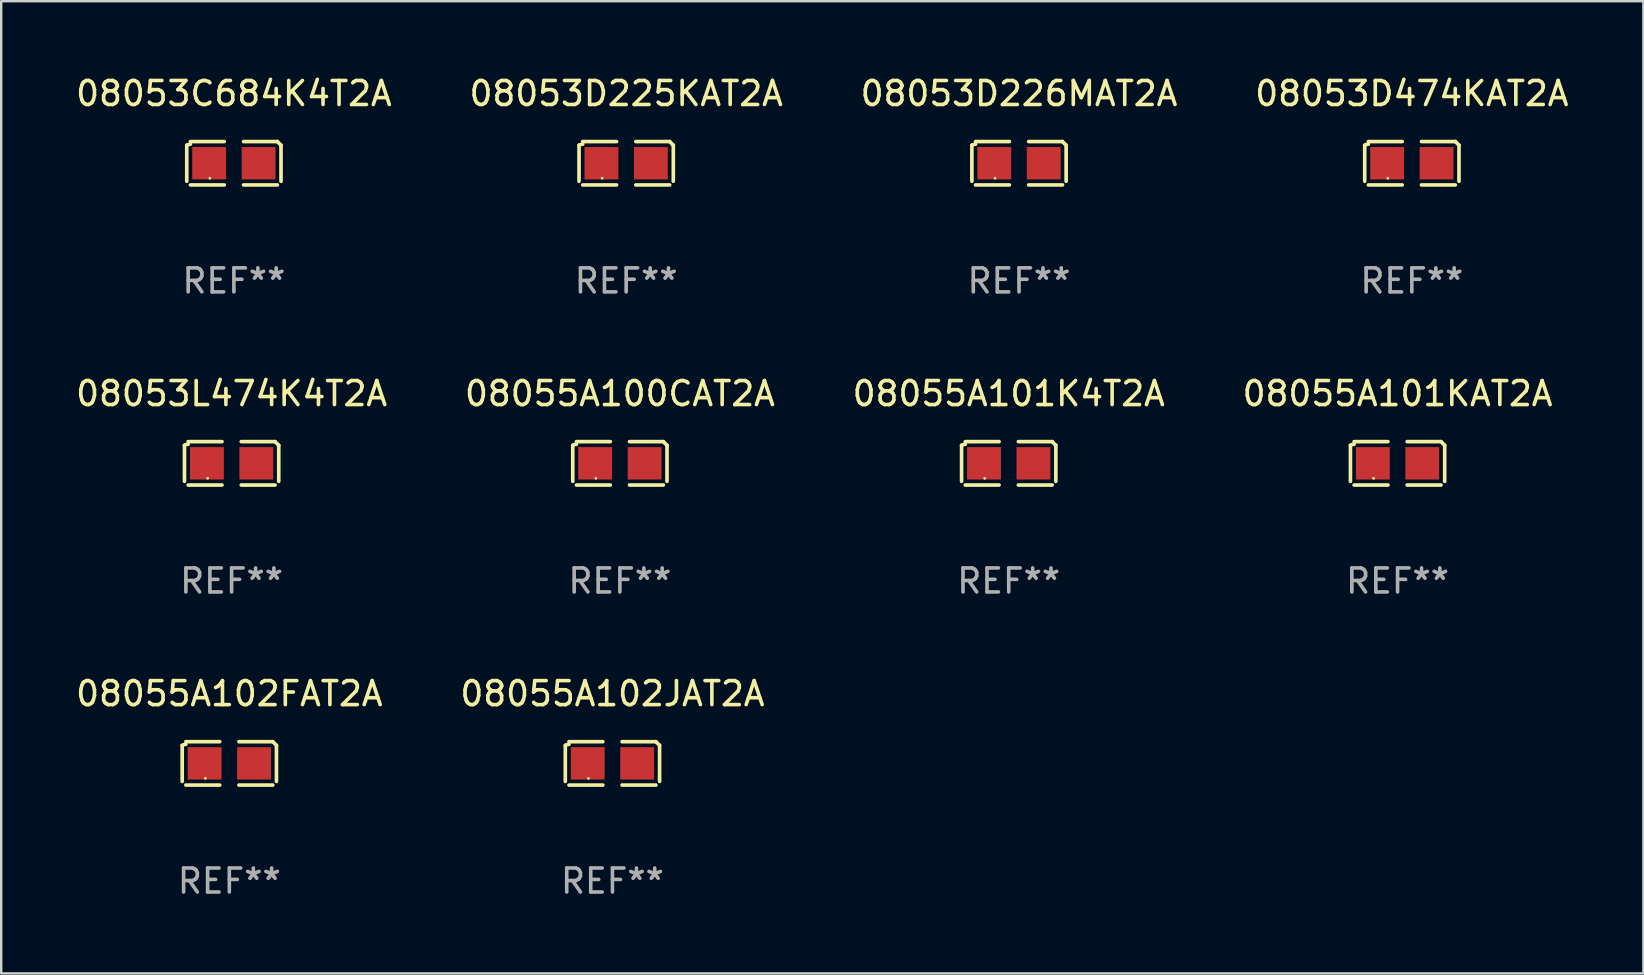
<source format=kicad_pcb>
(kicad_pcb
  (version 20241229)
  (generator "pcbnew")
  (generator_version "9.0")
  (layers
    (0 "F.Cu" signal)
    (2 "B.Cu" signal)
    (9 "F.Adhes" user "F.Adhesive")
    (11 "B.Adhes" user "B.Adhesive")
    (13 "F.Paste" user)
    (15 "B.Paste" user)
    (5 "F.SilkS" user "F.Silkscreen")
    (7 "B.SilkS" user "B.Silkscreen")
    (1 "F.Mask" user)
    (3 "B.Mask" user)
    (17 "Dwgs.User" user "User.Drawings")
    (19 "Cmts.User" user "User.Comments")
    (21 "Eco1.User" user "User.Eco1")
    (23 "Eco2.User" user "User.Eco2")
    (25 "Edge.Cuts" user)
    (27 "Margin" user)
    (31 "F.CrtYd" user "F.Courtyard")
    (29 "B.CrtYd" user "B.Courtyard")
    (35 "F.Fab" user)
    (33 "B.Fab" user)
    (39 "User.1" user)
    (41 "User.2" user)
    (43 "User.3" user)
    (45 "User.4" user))
  (footprint "08053L474K4T2A"
    (layer "F.Cu")
    (at 6.601 16.256)
    (property "Reference" "08053L474K4T2A" (at 0 -2.904 0) (layer "F.SilkS") (effects (font (size 1 1) (thickness 0.15))))
    (attr through_hole)
    (fp_line (start -1.964 0.751) (end -1.964 -0.751) (stroke (width 0.152) (type solid)) (layer "F.SilkS"))
    (fp_line (start -1.811 -0.904) (end -0.401 -0.904) (stroke (width 0.152) (type solid)) (layer "F.SilkS"))
    (fp_line (start -0.401 0.904) (end -1.811 0.904) (stroke (width 0.152) (type solid)) (layer "F.SilkS"))
    (fp_line (start 0.401 0.904) (end 1.811 0.904) (stroke (width 0.152) (type solid)) (layer "F.SilkS"))
    (fp_line (start 1.811 -0.904) (end 0.401 -0.904) (stroke (width 0.152) (type solid)) (layer "F.SilkS"))
    (fp_line (start 1.964 0.751) (end 1.964 -0.751) (stroke (width 0.152) (type solid)) (layer "F.SilkS"))
    (fp_arc (start -1.963602 -0.751207) (mid -1.890354 -0.783131) (end -1.811201 -0.794044) (stroke (width 0.1524) (type solid)) (layer "F.SilkS"))
    (fp_arc (start 1.811202 -0.903607) (mid 1.887413 -0.827418) (end 1.963602 -0.751207) (stroke (width 0.1524) (type solid)) (layer "F.SilkS"))
    (fp_circle (center -1 0.625) (end -0.97 0.625) (stroke (width 0.06) (type solid)) (fill no) (layer "F.SilkS"))
    (fp_text user "REF**" (at 0 4.904 0) (layer "F.Fab") (effects (font (size 1 1) (thickness 0.15))))
    (pad "1" smd rect (at -1.03 0) (size 1.41 1.35) (layers "F.Cu" "F.Mask" "F.Paste"))
    (pad "2" smd rect (at 1.03 0) (size 1.41 1.35) (layers "F.Cu" "F.Mask" "F.Paste")))
  (footprint "08053D225KAT2A"
    (layer "F.Cu")
    (at 23.042 3.752)
    (property "Reference" "08053D225KAT2A" (at 0 -2.904 0) (layer "F.SilkS") (effects (font (size 1 1) (thickness 0.15))))
    (attr through_hole)
    (fp_line (start -1.964 0.751) (end -1.964 -0.751) (stroke (width 0.152) (type solid)) (layer "F.SilkS"))
    (fp_line (start -1.811 -0.904) (end -0.401 -0.904) (stroke (width 0.152) (type solid)) (layer "F.SilkS"))
    (fp_line (start -0.401 0.904) (end -1.811 0.904) (stroke (width 0.152) (type solid)) (layer "F.SilkS"))
    (fp_line (start 0.401 0.904) (end 1.811 0.904) (stroke (width 0.152) (type solid)) (layer "F.SilkS"))
    (fp_line (start 1.811 -0.904) (end 0.401 -0.904) (stroke (width 0.152) (type solid)) (layer "F.SilkS"))
    (fp_line (start 1.964 0.751) (end 1.964 -0.751) (stroke (width 0.152) (type solid)) (layer "F.SilkS"))
    (fp_arc (start -1.963602 -0.751207) (mid -1.890354 -0.783131) (end -1.811201 -0.794044) (stroke (width 0.1524) (type solid)) (layer "F.SilkS"))
    (fp_arc (start 1.811202 -0.903607) (mid 1.887413 -0.827418) (end 1.963602 -0.751207) (stroke (width 0.1524) (type solid)) (layer "F.SilkS"))
    (fp_circle (center -1 0.625) (end -0.97 0.625) (stroke (width 0.06) (type solid)) (fill no) (layer "F.SilkS"))
    (fp_text user "REF**" (at 0 4.904 0) (layer "F.Fab") (effects (font (size 1 1) (thickness 0.15))))
    (pad "1" smd rect (at -1.03 0) (size 1.41 1.35) (layers "F.Cu" "F.Mask" "F.Paste"))
    (pad "2" smd rect (at 1.03 0) (size 1.41 1.35) (layers "F.Cu" "F.Mask" "F.Paste")))
  (footprint "08055A102FAT2A"
    (layer "F.Cu")
    (at 6.506 28.759)
    (property "Reference" "08055A102FAT2A" (at 0 -2.904 0) (layer "F.SilkS") (effects (font (size 1 1) (thickness 0.15))))
    (attr through_hole)
    (fp_line (start -1.964 0.751) (end -1.964 -0.751) (stroke (width 0.152) (type solid)) (layer "F.SilkS"))
    (fp_line (start -1.811 -0.904) (end -0.401 -0.904) (stroke (width 0.152) (type solid)) (layer "F.SilkS"))
    (fp_line (start -0.401 0.904) (end -1.811 0.904) (stroke (width 0.152) (type solid)) (layer "F.SilkS"))
    (fp_line (start 0.401 0.904) (end 1.811 0.904) (stroke (width 0.152) (type solid)) (layer "F.SilkS"))
    (fp_line (start 1.811 -0.904) (end 0.401 -0.904) (stroke (width 0.152) (type solid)) (layer "F.SilkS"))
    (fp_line (start 1.964 0.751) (end 1.964 -0.751) (stroke (width 0.152) (type solid)) (layer "F.SilkS"))
    (fp_arc (start -1.963602 -0.751207) (mid -1.890354 -0.783131) (end -1.811201 -0.794044) (stroke (width 0.1524) (type solid)) (layer "F.SilkS"))
    (fp_arc (start 1.811202 -0.903607) (mid 1.887413 -0.827418) (end 1.963602 -0.751207) (stroke (width 0.1524) (type solid)) (layer "F.SilkS"))
    (fp_circle (center -1 0.625) (end -0.97 0.625) (stroke (width 0.06) (type solid)) (fill no) (layer "F.SilkS"))
    (fp_text user "REF**" (at 0 4.904 0) (layer "F.Fab") (effects (font (size 1 1) (thickness 0.15))))
    (pad "1" smd rect (at -1.03 0) (size 1.41 1.35) (layers "F.Cu" "F.Mask" "F.Paste"))
    (pad "2" smd rect (at 1.03 0) (size 1.41 1.35) (layers "F.Cu" "F.Mask" "F.Paste")))
  (footprint "08053D226MAT2A"
    (layer "F.Cu")
    (at 39.411 3.752)
    (property "Reference" "08053D226MAT2A" (at 0 -2.904 0) (layer "F.SilkS") (effects (font (size 1 1) (thickness 0.15))))
    (attr through_hole)
    (fp_line (start -1.964 0.751) (end -1.964 -0.751) (stroke (width 0.152) (type solid)) (layer "F.SilkS"))
    (fp_line (start -1.811 -0.904) (end -0.401 -0.904) (stroke (width 0.152) (type solid)) (layer "F.SilkS"))
    (fp_line (start -0.401 0.904) (end -1.811 0.904) (stroke (width 0.152) (type solid)) (layer "F.SilkS"))
    (fp_line (start 0.401 0.904) (end 1.811 0.904) (stroke (width 0.152) (type solid)) (layer "F.SilkS"))
    (fp_line (start 1.811 -0.904) (end 0.401 -0.904) (stroke (width 0.152) (type solid)) (layer "F.SilkS"))
    (fp_line (start 1.964 0.751) (end 1.964 -0.751) (stroke (width 0.152) (type solid)) (layer "F.SilkS"))
    (fp_arc (start -1.963602 -0.751207) (mid -1.890354 -0.783131) (end -1.811201 -0.794044) (stroke (width 0.1524) (type solid)) (layer "F.SilkS"))
    (fp_arc (start 1.811202 -0.903607) (mid 1.887413 -0.827418) (end 1.963602 -0.751207) (stroke (width 0.1524) (type solid)) (layer "F.SilkS"))
    (fp_circle (center -1 0.625) (end -0.97 0.625) (stroke (width 0.06) (type solid)) (fill no) (layer "F.SilkS"))
    (fp_text user "REF**" (at 0 4.904 0) (layer "F.Fab") (effects (font (size 1 1) (thickness 0.15))))
    (pad "1" smd rect (at -1.03 0) (size 1.41 1.35) (layers "F.Cu" "F.Mask" "F.Paste"))
    (pad "2" smd rect (at 1.03 0) (size 1.41 1.35) (layers "F.Cu" "F.Mask" "F.Paste")))
  (footprint "08055A101K4T2A"
    (layer "F.Cu")
    (at 38.982 16.256)
    (property "Reference" "08055A101K4T2A" (at 0 -2.904 0) (layer "F.SilkS") (effects (font (size 1 1) (thickness 0.15))))
    (attr through_hole)
    (fp_line (start -1.964 0.751) (end -1.964 -0.751) (stroke (width 0.152) (type solid)) (layer "F.SilkS"))
    (fp_line (start -1.811 -0.904) (end -0.401 -0.904) (stroke (width 0.152) (type solid)) (layer "F.SilkS"))
    (fp_line (start -0.401 0.904) (end -1.811 0.904) (stroke (width 0.152) (type solid)) (layer "F.SilkS"))
    (fp_line (start 0.401 0.904) (end 1.811 0.904) (stroke (width 0.152) (type solid)) (layer "F.SilkS"))
    (fp_line (start 1.811 -0.904) (end 0.401 -0.904) (stroke (width 0.152) (type solid)) (layer "F.SilkS"))
    (fp_line (start 1.964 0.751) (end 1.964 -0.751) (stroke (width 0.152) (type solid)) (layer "F.SilkS"))
    (fp_arc (start -1.963602 -0.751207) (mid -1.890354 -0.783131) (end -1.811201 -0.794044) (stroke (width 0.1524) (type solid)) (layer "F.SilkS"))
    (fp_arc (start 1.811202 -0.903607) (mid 1.887413 -0.827418) (end 1.963602 -0.751207) (stroke (width 0.1524) (type solid)) (layer "F.SilkS"))
    (fp_circle (center -1 0.625) (end -0.97 0.625) (stroke (width 0.06) (type solid)) (fill no) (layer "F.SilkS"))
    (fp_text user "REF**" (at 0 4.904 0) (layer "F.Fab") (effects (font (size 1 1) (thickness 0.15))))
    (pad "1" smd rect (at -1.03 0) (size 1.41 1.35) (layers "F.Cu" "F.Mask" "F.Paste"))
    (pad "2" smd rect (at 1.03 0) (size 1.41 1.35) (layers "F.Cu" "F.Mask" "F.Paste")))
  (footprint "08055A100CAT2A"
    (layer "F.Cu")
    (at 22.78 16.256)
    (property "Reference" "08055A100CAT2A" (at 0 -2.904 0) (layer "F.SilkS") (effects (font (size 1 1) (thickness 0.15))))
    (attr through_hole)
    (fp_line (start -1.964 0.751) (end -1.964 -0.751) (stroke (width 0.152) (type solid)) (layer "F.SilkS"))
    (fp_line (start -1.811 -0.904) (end -0.401 -0.904) (stroke (width 0.152) (type solid)) (layer "F.SilkS"))
    (fp_line (start -0.401 0.904) (end -1.811 0.904) (stroke (width 0.152) (type solid)) (layer "F.SilkS"))
    (fp_line (start 0.401 0.904) (end 1.811 0.904) (stroke (width 0.152) (type solid)) (layer "F.SilkS"))
    (fp_line (start 1.811 -0.904) (end 0.401 -0.904) (stroke (width 0.152) (type solid)) (layer "F.SilkS"))
    (fp_line (start 1.964 0.751) (end 1.964 -0.751) (stroke (width 0.152) (type solid)) (layer "F.SilkS"))
    (fp_arc (start -1.963602 -0.751207) (mid -1.890354 -0.783131) (end -1.811201 -0.794044) (stroke (width 0.1524) (type solid)) (layer "F.SilkS"))
    (fp_arc (start 1.811202 -0.903607) (mid 1.887413 -0.827418) (end 1.963602 -0.751207) (stroke (width 0.1524) (type solid)) (layer "F.SilkS"))
    (fp_circle (center -1 0.625) (end -0.97 0.625) (stroke (width 0.06) (type solid)) (fill no) (layer "F.SilkS"))
    (fp_text user "REF**" (at 0 4.904 0) (layer "F.Fab") (effects (font (size 1 1) (thickness 0.15))))
    (pad "1" smd rect (at -1.03 0) (size 1.41 1.35) (layers "F.Cu" "F.Mask" "F.Paste"))
    (pad "2" smd rect (at 1.03 0) (size 1.41 1.35) (layers "F.Cu" "F.Mask" "F.Paste")))
  (footprint "08053C684K4T2A"
    (layer "F.Cu")
    (at 6.696 3.752)
    (property "Reference" "08053C684K4T2A" (at 0 -2.904 0) (layer "F.SilkS") (effects (font (size 1 1) (thickness 0.15))))
    (attr through_hole)
    (fp_line (start -1.964 0.751) (end -1.964 -0.751) (stroke (width 0.152) (type solid)) (layer "F.SilkS"))
    (fp_line (start -1.811 -0.904) (end -0.401 -0.904) (stroke (width 0.152) (type solid)) (layer "F.SilkS"))
    (fp_line (start -0.401 0.904) (end -1.811 0.904) (stroke (width 0.152) (type solid)) (layer "F.SilkS"))
    (fp_line (start 0.401 0.904) (end 1.811 0.904) (stroke (width 0.152) (type solid)) (layer "F.SilkS"))
    (fp_line (start 1.811 -0.904) (end 0.401 -0.904) (stroke (width 0.152) (type solid)) (layer "F.SilkS"))
    (fp_line (start 1.964 0.751) (end 1.964 -0.751) (stroke (width 0.152) (type solid)) (layer "F.SilkS"))
    (fp_arc (start -1.963602 -0.751207) (mid -1.890354 -0.783131) (end -1.811201 -0.794044) (stroke (width 0.1524) (type solid)) (layer "F.SilkS"))
    (fp_arc (start 1.811202 -0.903607) (mid 1.887413 -0.827418) (end 1.963602 -0.751207) (stroke (width 0.1524) (type solid)) (layer "F.SilkS"))
    (fp_circle (center -1 0.625) (end -0.97 0.625) (stroke (width 0.06) (type solid)) (fill no) (layer "F.SilkS"))
    (fp_text user "REF**" (at 0 4.904 0) (layer "F.Fab") (effects (font (size 1 1) (thickness 0.15))))
    (pad "1" smd rect (at -1.03 0) (size 1.41 1.35) (layers "F.Cu" "F.Mask" "F.Paste"))
    (pad "2" smd rect (at 1.03 0) (size 1.41 1.35) (layers "F.Cu" "F.Mask" "F.Paste")))
  (footprint "08055A102JAT2A"
    (layer "F.Cu")
    (at 22.47 28.759)
    (property "Reference" "08055A102JAT2A" (at 0 -2.904 0) (layer "F.SilkS") (effects (font (size 1 1) (thickness 0.15))))
    (attr through_hole)
    (fp_line (start -1.964 0.751) (end -1.964 -0.751) (stroke (width 0.152) (type solid)) (layer "F.SilkS"))
    (fp_line (start -1.811 -0.904) (end -0.401 -0.904) (stroke (width 0.152) (type solid)) (layer "F.SilkS"))
    (fp_line (start -0.401 0.904) (end -1.811 0.904) (stroke (width 0.152) (type solid)) (layer "F.SilkS"))
    (fp_line (start 0.401 0.904) (end 1.811 0.904) (stroke (width 0.152) (type solid)) (layer "F.SilkS"))
    (fp_line (start 1.811 -0.904) (end 0.401 -0.904) (stroke (width 0.152) (type solid)) (layer "F.SilkS"))
    (fp_line (start 1.964 0.751) (end 1.964 -0.751) (stroke (width 0.152) (type solid)) (layer "F.SilkS"))
    (fp_arc (start -1.963602 -0.751207) (mid -1.890354 -0.783131) (end -1.811201 -0.794044) (stroke (width 0.1524) (type solid)) (layer "F.SilkS"))
    (fp_arc (start 1.811202 -0.903607) (mid 1.887413 -0.827418) (end 1.963602 -0.751207) (stroke (width 0.1524) (type solid)) (layer "F.SilkS"))
    (fp_circle (center -1 0.625) (end -0.97 0.625) (stroke (width 0.06) (type solid)) (fill no) (layer "F.SilkS"))
    (fp_text user "REF**" (at 0 4.904 0) (layer "F.Fab") (effects (font (size 1 1) (thickness 0.15))))
    (pad "1" smd rect (at -1.03 0) (size 1.41 1.35) (layers "F.Cu" "F.Mask" "F.Paste"))
    (pad "2" smd rect (at 1.03 0) (size 1.41 1.35) (layers "F.Cu" "F.Mask" "F.Paste")))
  (footprint "08055A101KAT2A"
    (layer "F.Cu")
    (at 55.185 16.256)
    (property "Reference" "08055A101KAT2A" (at 0 -2.904 0) (layer "F.SilkS") (effects (font (size 1 1) (thickness 0.15))))
    (attr through_hole)
    (fp_line (start -1.964 0.751) (end -1.964 -0.751) (stroke (width 0.152) (type solid)) (layer "F.SilkS"))
    (fp_line (start -1.811 -0.904) (end -0.401 -0.904) (stroke (width 0.152) (type solid)) (layer "F.SilkS"))
    (fp_line (start -0.401 0.904) (end -1.811 0.904) (stroke (width 0.152) (type solid)) (layer "F.SilkS"))
    (fp_line (start 0.401 0.904) (end 1.811 0.904) (stroke (width 0.152) (type solid)) (layer "F.SilkS"))
    (fp_line (start 1.811 -0.904) (end 0.401 -0.904) (stroke (width 0.152) (type solid)) (layer "F.SilkS"))
    (fp_line (start 1.964 0.751) (end 1.964 -0.751) (stroke (width 0.152) (type solid)) (layer "F.SilkS"))
    (fp_arc (start -1.963602 -0.751207) (mid -1.890354 -0.783131) (end -1.811201 -0.794044) (stroke (width 0.1524) (type solid)) (layer "F.SilkS"))
    (fp_arc (start 1.811202 -0.903607) (mid 1.887413 -0.827418) (end 1.963602 -0.751207) (stroke (width 0.1524) (type solid)) (layer "F.SilkS"))
    (fp_circle (center -1 0.625) (end -0.97 0.625) (stroke (width 0.06) (type solid)) (fill no) (layer "F.SilkS"))
    (fp_text user "REF**" (at 0 4.904 0) (layer "F.Fab") (effects (font (size 1 1) (thickness 0.15))))
    (pad "1" smd rect (at -1.03 0) (size 1.41 1.35) (layers "F.Cu" "F.Mask" "F.Paste"))
    (pad "2" smd rect (at 1.03 0) (size 1.41 1.35) (layers "F.Cu" "F.Mask" "F.Paste")))
  (footprint "08053D474KAT2A"
    (layer "F.Cu")
    (at 55.78 3.752)
    (property "Reference" "08053D474KAT2A" (at 0 -2.904 0) (layer "F.SilkS") (effects (font (size 1 1) (thickness 0.15))))
    (attr through_hole)
    (fp_line (start -1.964 0.751) (end -1.964 -0.751) (stroke (width 0.152) (type solid)) (layer "F.SilkS"))
    (fp_line (start -1.811 -0.904) (end -0.401 -0.904) (stroke (width 0.152) (type solid)) (layer "F.SilkS"))
    (fp_line (start -0.401 0.904) (end -1.811 0.904) (stroke (width 0.152) (type solid)) (layer "F.SilkS"))
    (fp_line (start 0.401 0.904) (end 1.811 0.904) (stroke (width 0.152) (type solid)) (layer "F.SilkS"))
    (fp_line (start 1.811 -0.904) (end 0.401 -0.904) (stroke (width 0.152) (type solid)) (layer "F.SilkS"))
    (fp_line (start 1.964 0.751) (end 1.964 -0.751) (stroke (width 0.152) (type solid)) (layer "F.SilkS"))
    (fp_arc (start -1.963602 -0.751207) (mid -1.890354 -0.783131) (end -1.811201 -0.794044) (stroke (width 0.1524) (type solid)) (layer "F.SilkS"))
    (fp_arc (start 1.811202 -0.903607) (mid 1.887413 -0.827418) (end 1.963602 -0.751207) (stroke (width 0.1524) (type solid)) (layer "F.SilkS"))
    (fp_circle (center -1 0.625) (end -0.97 0.625) (stroke (width 0.06) (type solid)) (fill no) (layer "F.SilkS"))
    (fp_text user "REF**" (at 0 4.904 0) (layer "F.Fab") (effects (font (size 1 1) (thickness 0.15))))
    (pad "1" smd rect (at -1.03 0) (size 1.41 1.35) (layers "F.Cu" "F.Mask" "F.Paste"))
    (pad "2" smd rect (at 1.03 0) (size 1.41 1.35) (layers "F.Cu" "F.Mask" "F.Paste")))
  (gr_rect
    (start -3 -3)
    (end 65.429 37.511)
    (stroke (width 0.1) (type default))
    (fill no)
    (layer "Edge.Cuts")))
</source>
